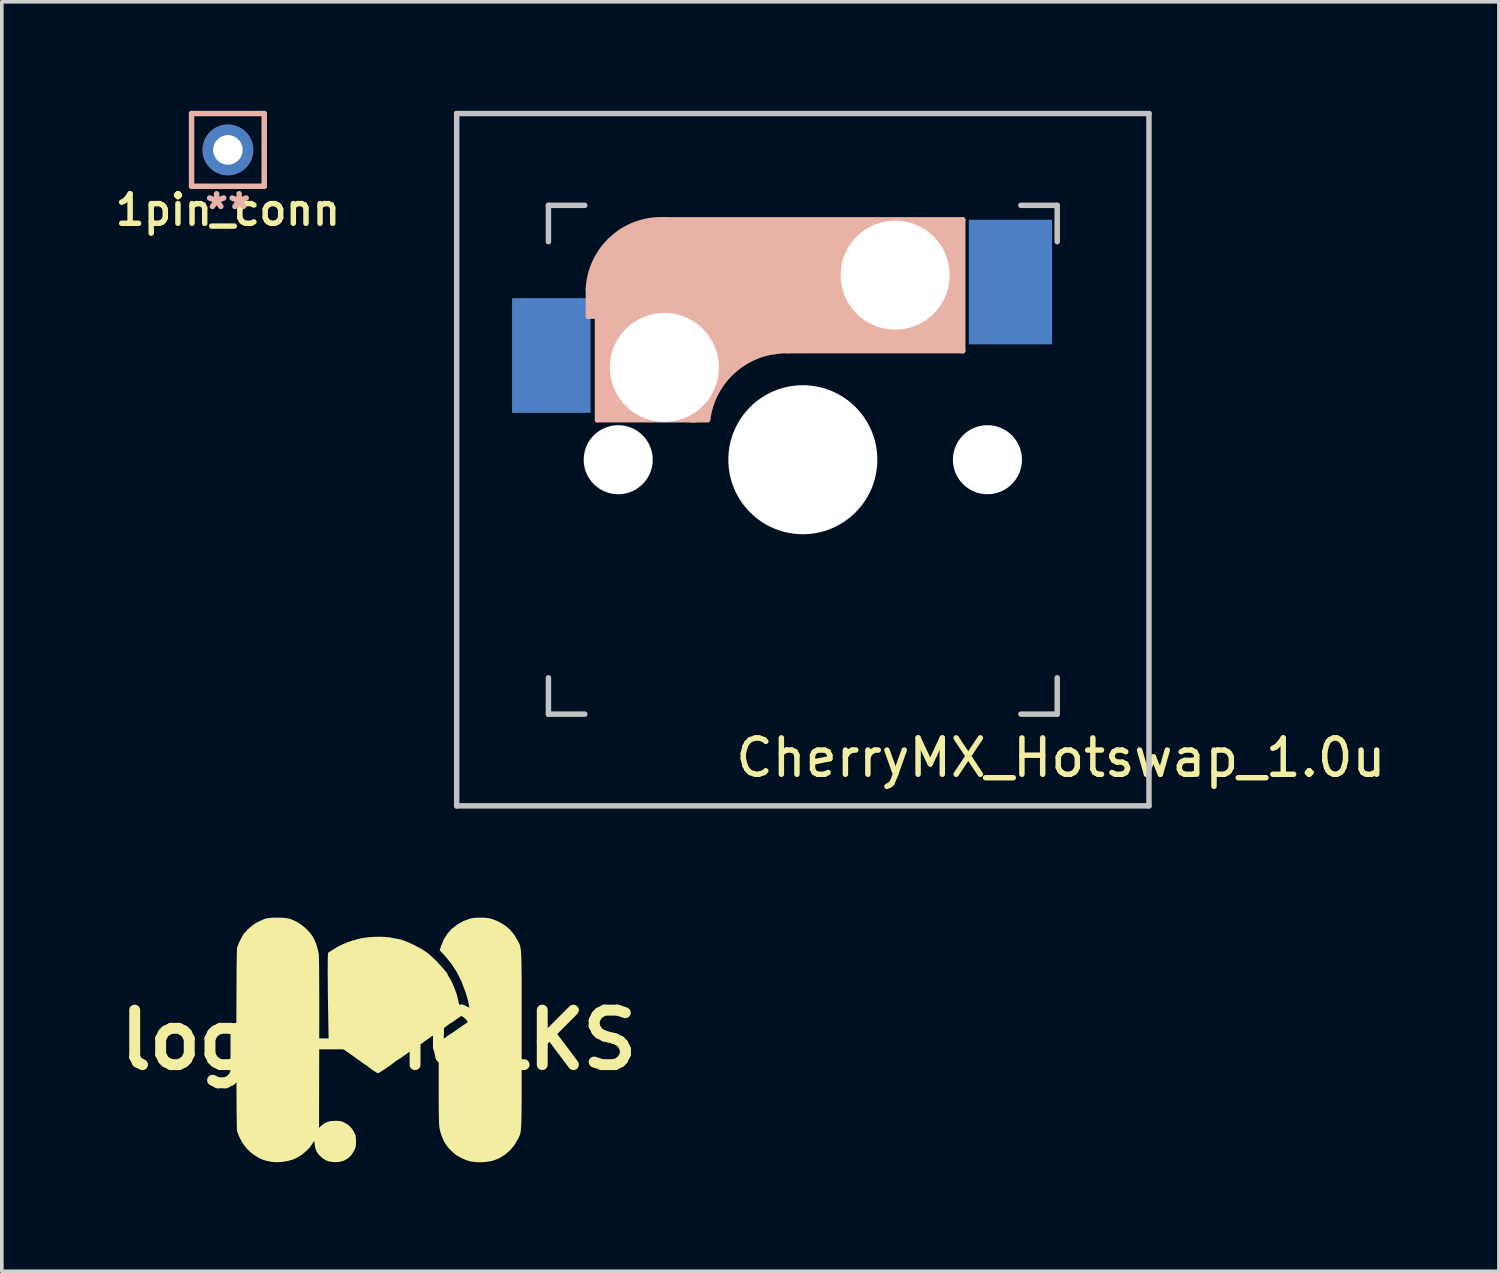
<source format=kicad_pcb>
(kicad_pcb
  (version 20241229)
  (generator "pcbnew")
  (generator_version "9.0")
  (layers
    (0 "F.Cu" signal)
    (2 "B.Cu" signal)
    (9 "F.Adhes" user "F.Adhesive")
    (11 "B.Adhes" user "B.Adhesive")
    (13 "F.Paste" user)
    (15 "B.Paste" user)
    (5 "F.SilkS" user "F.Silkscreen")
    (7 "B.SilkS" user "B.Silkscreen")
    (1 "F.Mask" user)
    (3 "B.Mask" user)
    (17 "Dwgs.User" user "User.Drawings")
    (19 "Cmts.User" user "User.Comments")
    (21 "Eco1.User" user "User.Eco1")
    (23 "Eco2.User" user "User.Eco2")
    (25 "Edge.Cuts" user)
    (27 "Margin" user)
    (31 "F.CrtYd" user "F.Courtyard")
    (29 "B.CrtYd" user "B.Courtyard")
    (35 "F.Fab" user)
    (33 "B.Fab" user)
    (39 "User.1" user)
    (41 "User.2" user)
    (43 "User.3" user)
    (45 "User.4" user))
  (footprint "CherryMX_Hotswap_1.0u"
    (layer "F.Cu")
    (at 19.041 9.6)
    (property "Reference" "CherryMX_Hotswap_1.0u" (at 7.1 8.2 0) (layer "F.SilkS") (effects (font (size 1 1) (thickness 0.15))))
    (attr through_hole)
    (fp_line (start -5.9 -4.7) (end -5.9 -3.95) (stroke (width 0.15) (type solid)) (layer "B.SilkS"))
    (fp_line (start -5.9 -3.95) (end -5.7 -3.95) (stroke (width 0.15) (type solid)) (layer "B.SilkS"))
    (fp_line (start -5.8 -4.05) (end -5.8 -4.7) (stroke (width 0.3) (type solid)) (layer "B.SilkS"))
    (fp_line (start -5.65 -5.55) (end -5.65 -1.1) (stroke (width 0.15) (type solid)) (layer "B.SilkS"))
    (fp_line (start -5.65 -1.1) (end -2.62 -1.1) (stroke (width 0.15) (type solid)) (layer "B.SilkS"))
    (fp_line (start -5.45 -1.3) (end -3 -1.3) (stroke (width 0.5) (type solid)) (layer "B.SilkS"))
    (fp_line (start -5.3 -1.6) (end -5.3 -3.4) (stroke (width 0.8) (type solid)) (layer "B.SilkS"))
    (fp_line (start -4.17 -5.1) (end -4.17 -2.86) (stroke (width 3) (type solid)) (layer "B.SilkS"))
    (fp_line (start -0.4 -3) (end 4.4 -3) (stroke (width 0.15) (type solid)) (layer "B.SilkS"))
    (fp_line (start 2.6 -4.8) (end -4.1 -4.8) (stroke (width 3.5) (type solid)) (layer "B.SilkS"))
    (fp_line (start 3.9 -6) (end 3.9 -3.5) (stroke (width 1) (type solid)) (layer "B.SilkS"))
    (fp_line (start 4.2 -3.25) (end 2.9 -3.3) (stroke (width 0.5) (type solid)) (layer "B.SilkS"))
    (fp_line (start 4.25 -6.4) (end 3 -6.4) (stroke (width 0.4) (type solid)) (layer "B.SilkS"))
    (fp_line (start 4.38 -4) (end 4.38 -6.25) (stroke (width 0.15) (type solid)) (layer "B.SilkS"))
    (fp_line (start 4.4 -6.6) (end -3.8 -6.6) (stroke (width 0.15) (type solid)) (layer "B.SilkS"))
    (fp_line (start 4.4 -3) (end 4.4 -6.6) (stroke (width 0.15) (type solid)) (layer "B.SilkS"))
    (fp_arc (start -5.9 -4.699999) (mid -5.243504 -6.084924) (end -3.800001 -6.6) (stroke (width 0.15) (type solid)) (layer "B.SilkS"))
    (fp_arc (start -3.016318 -1.521471) (mid -2.268709 -2.886118) (end -0.8 -3.4) (stroke (width 1) (type solid)) (layer "B.SilkS"))
    (fp_arc (start -2.616318 -1.121471) (mid -1.868709 -2.486118) (end -0.4 -3) (stroke (width 0.15) (type solid)) (layer "B.SilkS"))
    (fp_line (start -9.525 -9.525) (end 9.525 -9.525) (stroke (width 0.15) (type solid)) (layer "Dwgs.User"))
    (fp_line (start -9.525 9.525) (end -9.525 -9.525) (stroke (width 0.15) (type solid)) (layer "Dwgs.User"))
    (fp_line (start -7 -7) (end -6 -7) (stroke (width 0.15) (type solid)) (layer "Dwgs.User"))
    (fp_line (start -7 -6) (end -7 -7) (stroke (width 0.15) (type solid)) (layer "Dwgs.User"))
    (fp_line (start -7 6) (end -7 7) (stroke (width 0.15) (type solid)) (layer "Dwgs.User"))
    (fp_line (start -7 7) (end -6 7) (stroke (width 0.15) (type solid)) (layer "Dwgs.User"))
    (fp_line (start 6 7) (end 7 7) (stroke (width 0.15) (type solid)) (layer "Dwgs.User"))
    (fp_line (start 7 -7) (end 6 -7) (stroke (width 0.15) (type solid)) (layer "Dwgs.User"))
    (fp_line (start 7 -7) (end 7 -6) (stroke (width 0.15) (type solid)) (layer "Dwgs.User"))
    (fp_line (start 7 7) (end 7 6) (stroke (width 0.15) (type solid)) (layer "Dwgs.User"))
    (fp_line (start 9.525 -9.525) (end 9.525 9.525) (stroke (width 0.15) (type solid)) (layer "Dwgs.User"))
    (fp_line (start 9.525 9.525) (end -9.525 9.525) (stroke (width 0.15) (type solid)) (layer "Dwgs.User"))
    (pad "" np_thru_hole circle (at -5.08 0) (size 1.9 1.9) (drill 1.9) (layers "*.Cu" "*.Mask"))
    (pad "" np_thru_hole circle (at -3.81 -2.54) (size 3 3) (drill 3) (layers "*.Cu" "*.Mask"))
    (pad "" np_thru_hole circle (at 0 0 90) (size 4.1 4.1) (drill 4.1) (layers "*.Cu" "*.Mask"))
    (pad "" np_thru_hole circle (at 2.54 -5.08) (size 3 3) (drill 3) (layers "*.Cu" "*.Mask"))
    (pad "" np_thru_hole circle (at 5.08 0) (size 1.9 1.9) (drill 1.9) (layers "*.Cu" "*.Mask"))
    (pad "1" smd rect (at -6.921 -2.868 180) (size 2.159 3.155) (layers "B.Cu" "B.Mask" "B.Paste"))
    (pad "2" smd rect (at 5.713 -4.889 180) (size 2.291 3.429) (layers "B.Cu" "B.Mask" "B.Paste")))
  (footprint "logo-MOLKS"
    (layer "F.Cu")
    (at 7.371 25.567)
    (property "Reference" "logo-MOLKS" (at 0 0 0) (layer "F.SilkS") (effects (font (size 1.5 1.5) (thickness 0.3))))
    (attr board_only exclude_from_pos_files exclude_from_bom)
    (fp_poly (pts (xy 0.162 -2.837) (xy 0.299 -2.824) (xy 0.358 -2.813) (xy 0.431 -2.799) (xy 0.501 -2.785) (xy 0.553 -2.776) (xy 0.558 -2.775) (xy 0.637 -2.755) (xy 0.737 -2.719) (xy 0.85 -2.671) (xy 0.97 -2.615) (xy 1.089 -2.553) (xy 1.201 -2.489) (xy 1.298 -2.427) (xy 1.35 -2.389) (xy 1.415 -2.335) (xy 1.487 -2.268) (xy 1.564 -2.194) (xy 1.641 -2.115) (xy 1.715 -2.036) (xy 1.781 -1.961) (xy 1.836 -1.895) (xy 1.877 -1.841) (xy 1.898 -1.804) (xy 1.9 -1.794) (xy 1.908 -1.776) (xy 1.93 -1.738) (xy 1.957 -1.695) (xy 1.993 -1.631) (xy 2.034 -1.544) (xy 2.076 -1.445) (xy 2.115 -1.345) (xy 2.147 -1.254) (xy 2.164 -1.189) (xy 2.197 -1.045) (xy 2.223 -0.929) (xy 2.243 -0.839) (xy 2.256 -0.77) (xy 2.263 -0.721) (xy 2.266 -0.686) (xy 2.263 -0.664) (xy 2.255 -0.649) (xy 2.243 -0.639) (xy 2.229 -0.631) (xy 2.197 -0.612) (xy 2.149 -0.578) (xy 2.096 -0.539) (xy 2.047 -0.504) (xy 2.009 -0.478) (xy 1.988 -0.466) (xy 1.987 -0.466) (xy 1.967 -0.457) (xy 1.935 -0.433) (xy 1.933 -0.432) (xy 1.897 -0.405) (xy 1.846 -0.368) (xy 1.8 -0.336) (xy 1.672 -0.248) (xy 1.556 -0.168) (xy 1.443 -0.089) (xy 1.324 -0.006) (xy 1.191 0.088) (xy 1.126 0.133) (xy 1.061 0.179) (xy 0.998 0.223) (xy 0.947 0.257) (xy 0.933 0.267) (xy 0.894 0.294) (xy 0.835 0.334) (xy 0.767 0.381) (xy 0.716 0.417) (xy 0.648 0.464) (xy 0.585 0.507) (xy 0.535 0.54) (xy 0.51 0.556) (xy 0.464 0.586) (xy 0.426 0.616) (xy 0.425 0.617) (xy 0.392 0.643) (xy 0.334 0.685) (xy 0.256 0.739) (xy 0.161 0.804) (xy 0.075 0.862) (xy 0.028 0.891) (xy -0.009 0.911) (xy -0.025 0.916) (xy -0.046 0.906) (xy -0.086 0.883) (xy -0.137 0.849) (xy -0.147 0.843) (xy -0.204 0.802) (xy -0.254 0.765) (xy -0.288 0.737) (xy -0.29 0.735) (xy -0.319 0.71) (xy -0.338 0.7) (xy -0.338 0.7) (xy -0.355 0.691) (xy -0.393 0.666) (xy -0.443 0.631) (xy -0.462 0.617) (xy -0.671 0.466) (xy -0.896 0.307) (xy -1.095 0.168) (xy -1.163 0.12) (xy -1.231 0.072) (xy -1.288 0.031) (xy -1.302 0.02) (xy -1.379 -0.037) (xy -1.389 -0.631) (xy -1.394 -0.908) (xy -1.398 -1.166) (xy -1.4 -1.404) (xy -1.402 -1.62) (xy -1.404 -1.812) (xy -1.404 -1.98) (xy -1.403 -2.122) (xy -1.402 -2.236) (xy -1.399 -2.321) (xy -1.396 -2.375) (xy -1.392 -2.398) (xy -1.391 -2.398) (xy -1.368 -2.416) (xy -1.324 -2.445) (xy -1.267 -2.481) (xy -1.205 -2.52) (xy -1.146 -2.555) (xy -1.098 -2.582) (xy -0.98 -2.639) (xy -0.841 -2.695) (xy -0.693 -2.744) (xy -0.549 -2.784) (xy -0.462 -2.803) (xy -0.314 -2.824) (xy -0.154 -2.837) (xy 0.008 -2.841)) (stroke (width 0) (type solid)) (fill yes) (layer "F.SilkS"))
    (fp_poly (pts (xy 2.916 -3.364) (xy 3.013 -3.354) (xy 3.101 -3.335) (xy 3.192 -3.303) (xy 3.296 -3.256) (xy 3.322 -3.243) (xy 3.484 -3.146) (xy 3.624 -3.024) (xy 3.741 -2.878) (xy 3.804 -2.771) (xy 3.822 -2.738) (xy 3.837 -2.71) (xy 3.851 -2.684) (xy 3.864 -2.658) (xy 3.876 -2.632) (xy 3.886 -2.603) (xy 3.894 -2.57) (xy 3.902 -2.53) (xy 3.909 -2.483) (xy 3.914 -2.426) (xy 3.919 -2.358) (xy 3.923 -2.278) (xy 3.926 -2.183) (xy 3.929 -2.072) (xy 3.93 -1.942) (xy 3.932 -1.794) (xy 3.933 -1.624) (xy 3.933 -1.431) (xy 3.933 -1.214) (xy 3.934 -0.97) (xy 3.933 -0.698) (xy 3.933 -0.397) (xy 3.933 -0.065) (xy 3.933 0) (xy 3.933 0.338) (xy 3.933 0.644) (xy 3.933 0.921) (xy 3.933 1.169) (xy 3.933 1.39) (xy 3.933 1.587) (xy 3.932 1.76) (xy 3.931 1.912) (xy 3.929 2.044) (xy 3.927 2.157) (xy 3.924 2.254) (xy 3.921 2.336) (xy 3.917 2.405) (xy 3.912 2.463) (xy 3.907 2.511) (xy 3.9 2.55) (xy 3.893 2.583) (xy 3.884 2.611) (xy 3.875 2.637) (xy 3.864 2.66) (xy 3.852 2.684) (xy 3.839 2.71) (xy 3.826 2.736) (xy 3.731 2.897) (xy 3.611 3.039) (xy 3.472 3.159) (xy 3.317 3.253) (xy 3.149 3.319) (xy 3.102 3.331) (xy 2.959 3.355) (xy 2.805 3.365) (xy 2.654 3.36) (xy 2.519 3.34) (xy 2.517 3.339) (xy 2.406 3.305) (xy 2.285 3.253) (xy 2.167 3.189) (xy 2.15 3.179) (xy 2.103 3.144) (xy 2.045 3.094) (xy 1.984 3.037) (xy 1.93 2.981) (xy 1.891 2.935) (xy 1.885 2.927) (xy 1.855 2.883) (xy 1.828 2.844) (xy 1.794 2.786) (xy 1.758 2.706) (xy 1.724 2.614) (xy 1.694 2.52) (xy 1.674 2.436) (xy 1.669 2.405) (xy 1.665 2.364) (xy 1.661 2.311) (xy 1.658 2.243) (xy 1.656 2.159) (xy 1.654 2.055) (xy 1.652 1.929) (xy 1.651 1.78) (xy 1.65 1.604) (xy 1.65 1.399) (xy 1.65 1.183) (xy 1.65 0.053) (xy 1.712 0.015) (xy 1.759 -0.015) (xy 1.818 -0.056) (xy 1.871 -0.095) (xy 1.919 -0.13) (xy 1.957 -0.156) (xy 1.976 -0.167) (xy 1.977 -0.167) (xy 1.995 -0.176) (xy 2.031 -0.2) (xy 2.079 -0.234) (xy 2.085 -0.237) (xy 2.177 -0.303) (xy 2.283 -0.377) (xy 2.391 -0.45) (xy 2.448 -0.488) (xy 2.487 -0.515) (xy 2.512 -0.54) (xy 2.525 -0.572) (xy 2.529 -0.616) (xy 2.523 -0.678) (xy 2.511 -0.767) (xy 2.511 -0.769) (xy 2.493 -0.888) (xy 2.476 -0.983) (xy 2.46 -1.063) (xy 2.442 -1.138) (xy 2.419 -1.216) (xy 2.391 -1.307) (xy 2.382 -1.332) (xy 2.277 -1.611) (xy 2.149 -1.866) (xy 1.999 -2.099) (xy 1.824 -2.313) (xy 1.792 -2.347) (xy 1.677 -2.469) (xy 1.716 -2.589) (xy 1.792 -2.77) (xy 1.894 -2.93) (xy 2.021 -3.069) (xy 2.171 -3.185) (xy 2.345 -3.278) (xy 2.489 -3.331) (xy 2.556 -3.349) (xy 2.625 -3.36) (xy 2.708 -3.365) (xy 2.798 -3.366)) (stroke (width 0) (type solid)) (fill yes) (layer "F.SilkS"))
    (fp_poly (pts (xy -2.67 -3.365) (xy -2.572 -3.358) (xy -2.489 -3.344) (xy -2.411 -3.322) (xy -2.331 -3.288) (xy -2.244 -3.245) (xy -2.12 -3.166) (xy -1.998 -3.064) (xy -1.89 -2.949) (xy -1.82 -2.854) (xy -1.762 -2.744) (xy -1.71 -2.613) (xy -1.671 -2.472) (xy -1.648 -2.351) (xy -1.646 -2.314) (xy -1.644 -2.246) (xy -1.642 -2.146) (xy -1.64 -2.015) (xy -1.639 -1.854) (xy -1.638 -1.665) (xy -1.637 -1.447) (xy -1.636 -1.202) (xy -1.636 -0.931) (xy -1.636 -0.634) (xy -1.636 -0.312) (xy -1.637 0.033) (xy -1.637 0.095) (xy -1.642 2.415) (xy -1.583 2.361) (xy -1.502 2.297) (xy -1.418 2.255) (xy -1.32 2.232) (xy -1.201 2.225) (xy -1.2 2.225) (xy -1.119 2.226) (xy -1.06 2.232) (xy -1.012 2.243) (xy -0.963 2.262) (xy -0.948 2.269) (xy -0.832 2.341) (xy -0.737 2.439) (xy -0.673 2.544) (xy -0.649 2.597) (xy -0.635 2.644) (xy -0.628 2.697) (xy -0.625 2.768) (xy -0.625 2.793) (xy -0.626 2.868) (xy -0.631 2.923) (xy -0.643 2.969) (xy -0.664 3.019) (xy -0.682 3.056) (xy -0.758 3.173) (xy -0.853 3.263) (xy -0.965 3.324) (xy -1.094 3.357) (xy -1.225 3.362) (xy -1.353 3.346) (xy -1.46 3.309) (xy -1.555 3.247) (xy -1.629 3.177) (xy -1.683 3.111) (xy -1.72 3.047) (xy -1.745 2.973) (xy -1.762 2.88) (xy -1.765 2.858) (xy -1.775 2.775) (xy -1.812 2.833) (xy -1.857 2.902) (xy -1.892 2.951) (xy -1.927 2.991) (xy -1.967 3.031) (xy -2 3.06) (xy -2.122 3.161) (xy -2.241 3.236) (xy -2.364 3.29) (xy -2.502 3.33) (xy -2.521 3.334) (xy -2.657 3.355) (xy -2.791 3.364) (xy -2.912 3.358) (xy -2.975 3.348) (xy -3.036 3.335) (xy -3.095 3.323) (xy -3.1 3.322) (xy -3.202 3.291) (xy -3.314 3.237) (xy -3.429 3.165) (xy -3.539 3.079) (xy -3.634 2.986) (xy -3.701 2.901) (xy -3.767 2.799) (xy -3.826 2.69) (xy -3.872 2.583) (xy -3.899 2.5) (xy -3.901 2.473) (xy -3.903 2.414) (xy -3.905 2.327) (xy -3.907 2.214) (xy -3.909 2.077) (xy -3.911 1.917) (xy -3.912 1.739) (xy -3.913 1.542) (xy -3.914 1.331) (xy -3.915 1.108) (xy -3.916 0.873) (xy -3.917 0.631) (xy -3.917 0.382) (xy -3.917 0.13) (xy -3.917 -0.123) (xy -3.917 -0.375) (xy -3.917 -0.625) (xy -3.916 -0.868) (xy -3.915 -1.104) (xy -3.914 -1.33) (xy -3.913 -1.544) (xy -3.912 -1.743) (xy -3.911 -1.926) (xy -3.909 -2.089) (xy -3.907 -2.23) (xy -3.905 -2.349) (xy -3.903 -2.441) (xy -3.901 -2.505) (xy -3.899 -2.538) (xy -3.898 -2.541) (xy -3.881 -2.589) (xy -3.855 -2.652) (xy -3.822 -2.722) (xy -3.787 -2.793) (xy -3.753 -2.857) (xy -3.725 -2.905) (xy -3.705 -2.932) (xy -3.703 -2.933) (xy -3.686 -2.95) (xy -3.657 -2.983) (xy -3.646 -2.997) (xy -3.598 -3.047) (xy -3.534 -3.105) (xy -3.465 -3.16) (xy -3.402 -3.205) (xy -3.375 -3.221) (xy -3.271 -3.274) (xy -3.187 -3.313) (xy -3.113 -3.339) (xy -3.039 -3.355) (xy -2.956 -3.363) (xy -2.856 -3.366) (xy -2.792 -3.367)) (stroke (width 0) (type solid)) (fill yes) (layer "F.SilkS")))
  (footprint "1pin_conn"
    (layer "F.Cu")
    (at 3.221 1.075)
    (property "Reference" "1pin_conn" (at 0 1.651 0) (layer "F.SilkS") (effects (font (size 0.813 0.813) (thickness 0.15))))
    (attr through_hole)
    (fp_line (start -1 -1) (end 1 -1) (stroke (width 0.15) (type solid)) (layer "B.SilkS"))
    (fp_line (start -1 1) (end -1 -1) (stroke (width 0.15) (type solid)) (layer "B.SilkS"))
    (fp_line (start 1 -1) (end 1 1) (stroke (width 0.15) (type solid)) (layer "B.SilkS"))
    (fp_line (start 1 1) (end -1 1) (stroke (width 0.15) (type solid)) (layer "B.SilkS"))
    (fp_text user "**" (at 0 1.651 0) (layer "B.SilkS") (effects (font (size 0.813 0.813) (thickness 0.15)) (justify mirror)))
    (pad "1" thru_hole circle (at 0 0) (size 1.397 1.397) (drill 0.813) (layers "*.Cu" "*.Mask")))
  (gr_rect
    (start -3 -3)
    (end 38.195 31.932)
    (stroke (width 0.1) (type default))
    (fill no)
    (layer "Edge.Cuts")))
</source>
